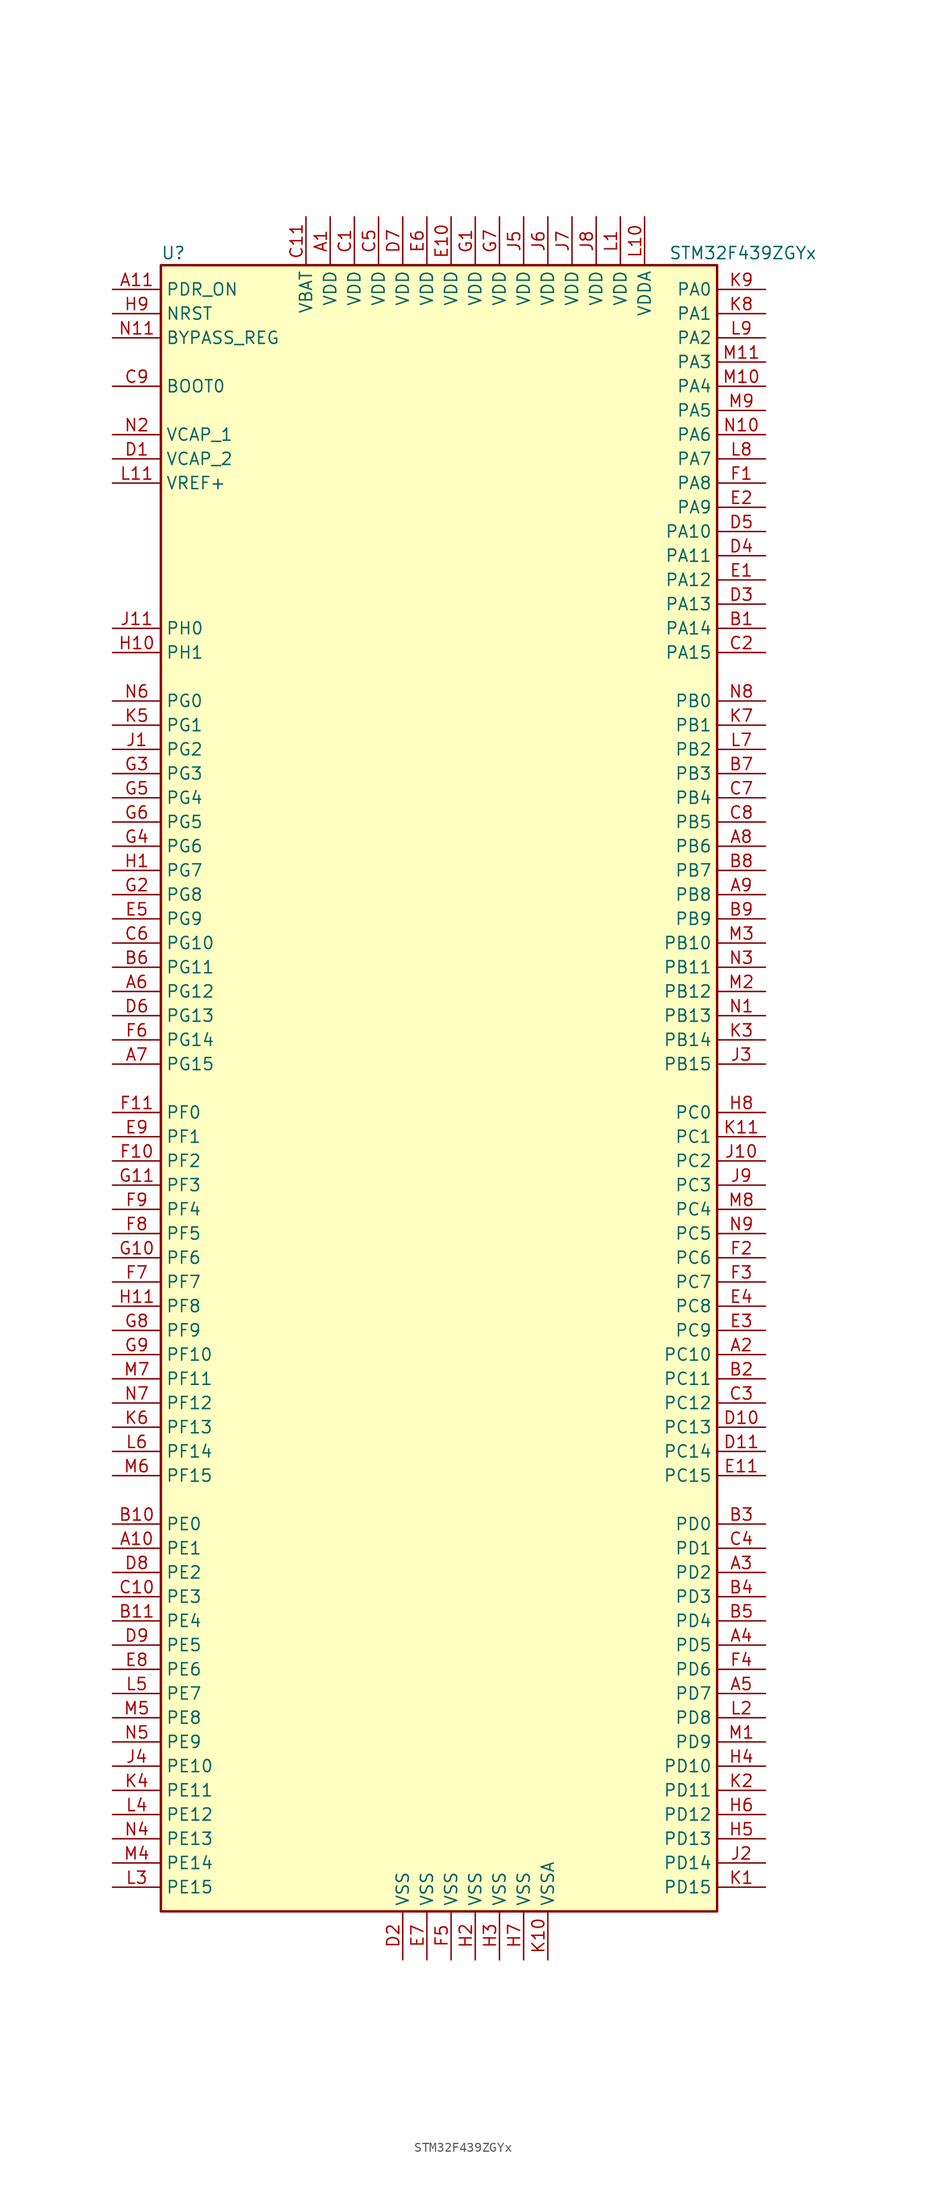
<source format=kicad_sym>
(kicad_symbol_lib
  (version 20201005)
  (generator kicad_symbol_editor)
  (symbol "STM32F439ZGYx"
    (property "Reference" "U"
      (at -30.48 87.63 0)
      (effects (font (size 1.27 1.27)) (justify left)))
    (property "Value" "STM32F439ZGYx"
      (at 22.86 87.63 0)
      (effects (font (size 1.27 1.27)) (justify left)))
    (symbol "STM32F439ZGYx_0_1"
      (rectangle (start -30.48 -86.36) (end 27.94 86.36) (stroke (width 0.254)) (fill (type background))))
    (symbol "STM32F439ZGYx_1_1"
      (pin input line (at -35.56 73.66 0) (length 5.08) (name "BOOT0" (effects (font (size 1.27 1.27)))) (number "C9" (effects (font (size 1.27 1.27)))))
      (pin input line (at -35.56 78.74 0) (length 5.08) (name "BYPASS_REG" (effects (font (size 1.27 1.27)))) (number "N11" (effects (font (size 1.27 1.27)))))
      (pin input line (at -35.56 81.28 0) (length 5.08) (name "NRST" (effects (font (size 1.27 1.27)))) (number "H9" (effects (font (size 1.27 1.27)))))
      (pin bidirectional line (at 33.02 83.82 180) (length 5.08) (name "PA0" (effects (font (size 1.27 1.27)))) (number "K9" (effects (font (size 1.27 1.27)))))
      (pin bidirectional line (at 33.02 81.28 180) (length 5.08) (name "PA1" (effects (font (size 1.27 1.27)))) (number "K8" (effects (font (size 1.27 1.27)))))
      (pin bidirectional line (at 33.02 58.42 180) (length 5.08) (name "PA10" (effects (font (size 1.27 1.27)))) (number "D5" (effects (font (size 1.27 1.27)))))
      (pin bidirectional line (at 33.02 55.88 180) (length 5.08) (name "PA11" (effects (font (size 1.27 1.27)))) (number "D4" (effects (font (size 1.27 1.27)))))
      (pin bidirectional line (at 33.02 53.34 180) (length 5.08) (name "PA12" (effects (font (size 1.27 1.27)))) (number "E1" (effects (font (size 1.27 1.27)))))
      (pin bidirectional line (at 33.02 50.8 180) (length 5.08) (name "PA13" (effects (font (size 1.27 1.27)))) (number "D3" (effects (font (size 1.27 1.27)))))
      (pin bidirectional line (at 33.02 48.26 180) (length 5.08) (name "PA14" (effects (font (size 1.27 1.27)))) (number "B1" (effects (font (size 1.27 1.27)))))
      (pin bidirectional line (at 33.02 45.72 180) (length 5.08) (name "PA15" (effects (font (size 1.27 1.27)))) (number "C2" (effects (font (size 1.27 1.27)))))
      (pin bidirectional line (at 33.02 78.74 180) (length 5.08) (name "PA2" (effects (font (size 1.27 1.27)))) (number "L9" (effects (font (size 1.27 1.27)))))
      (pin bidirectional line (at 33.02 76.2 180) (length 5.08) (name "PA3" (effects (font (size 1.27 1.27)))) (number "M11" (effects (font (size 1.27 1.27)))))
      (pin bidirectional line (at 33.02 73.66 180) (length 5.08) (name "PA4" (effects (font (size 1.27 1.27)))) (number "M10" (effects (font (size 1.27 1.27)))))
      (pin bidirectional line (at 33.02 71.12 180) (length 5.08) (name "PA5" (effects (font (size 1.27 1.27)))) (number "M9" (effects (font (size 1.27 1.27)))))
      (pin bidirectional line (at 33.02 68.58 180) (length 5.08) (name "PA6" (effects (font (size 1.27 1.27)))) (number "N10" (effects (font (size 1.27 1.27)))))
      (pin bidirectional line (at 33.02 66.04 180) (length 5.08) (name "PA7" (effects (font (size 1.27 1.27)))) (number "L8" (effects (font (size 1.27 1.27)))))
      (pin bidirectional line (at 33.02 63.5 180) (length 5.08) (name "PA8" (effects (font (size 1.27 1.27)))) (number "F1" (effects (font (size 1.27 1.27)))))
      (pin bidirectional line (at 33.02 60.96 180) (length 5.08) (name "PA9" (effects (font (size 1.27 1.27)))) (number "E2" (effects (font (size 1.27 1.27)))))
      (pin bidirectional line (at 33.02 40.64 180) (length 5.08) (name "PB0" (effects (font (size 1.27 1.27)))) (number "N8" (effects (font (size 1.27 1.27)))))
      (pin bidirectional line (at 33.02 38.1 180) (length 5.08) (name "PB1" (effects (font (size 1.27 1.27)))) (number "K7" (effects (font (size 1.27 1.27)))))
      (pin bidirectional line (at 33.02 15.24 180) (length 5.08) (name "PB10" (effects (font (size 1.27 1.27)))) (number "M3" (effects (font (size 1.27 1.27)))))
      (pin bidirectional line (at 33.02 12.7 180) (length 5.08) (name "PB11" (effects (font (size 1.27 1.27)))) (number "N3" (effects (font (size 1.27 1.27)))))
      (pin bidirectional line (at 33.02 10.16 180) (length 5.08) (name "PB12" (effects (font (size 1.27 1.27)))) (number "M2" (effects (font (size 1.27 1.27)))))
      (pin bidirectional line (at 33.02 7.62 180) (length 5.08) (name "PB13" (effects (font (size 1.27 1.27)))) (number "N1" (effects (font (size 1.27 1.27)))))
      (pin bidirectional line (at 33.02 5.08 180) (length 5.08) (name "PB14" (effects (font (size 1.27 1.27)))) (number "K3" (effects (font (size 1.27 1.27)))))
      (pin bidirectional line (at 33.02 2.54 180) (length 5.08) (name "PB15" (effects (font (size 1.27 1.27)))) (number "J3" (effects (font (size 1.27 1.27)))))
      (pin bidirectional line (at 33.02 35.56 180) (length 5.08) (name "PB2" (effects (font (size 1.27 1.27)))) (number "L7" (effects (font (size 1.27 1.27)))))
      (pin bidirectional line (at 33.02 33.02 180) (length 5.08) (name "PB3" (effects (font (size 1.27 1.27)))) (number "B7" (effects (font (size 1.27 1.27)))))
      (pin bidirectional line (at 33.02 30.48 180) (length 5.08) (name "PB4" (effects (font (size 1.27 1.27)))) (number "C7" (effects (font (size 1.27 1.27)))))
      (pin bidirectional line (at 33.02 27.94 180) (length 5.08) (name "PB5" (effects (font (size 1.27 1.27)))) (number "C8" (effects (font (size 1.27 1.27)))))
      (pin bidirectional line (at 33.02 25.4 180) (length 5.08) (name "PB6" (effects (font (size 1.27 1.27)))) (number "A8" (effects (font (size 1.27 1.27)))))
      (pin bidirectional line (at 33.02 22.86 180) (length 5.08) (name "PB7" (effects (font (size 1.27 1.27)))) (number "B8" (effects (font (size 1.27 1.27)))))
      (pin bidirectional line (at 33.02 20.32 180) (length 5.08) (name "PB8" (effects (font (size 1.27 1.27)))) (number "A9" (effects (font (size 1.27 1.27)))))
      (pin bidirectional line (at 33.02 17.78 180) (length 5.08) (name "PB9" (effects (font (size 1.27 1.27)))) (number "B9" (effects (font (size 1.27 1.27)))))
      (pin bidirectional line (at 33.02 -2.54 180) (length 5.08) (name "PC0" (effects (font (size 1.27 1.27)))) (number "H8" (effects (font (size 1.27 1.27)))))
      (pin bidirectional line (at 33.02 -5.08 180) (length 5.08) (name "PC1" (effects (font (size 1.27 1.27)))) (number "K11" (effects (font (size 1.27 1.27)))))
      (pin bidirectional line (at 33.02 -27.94 180) (length 5.08) (name "PC10" (effects (font (size 1.27 1.27)))) (number "A2" (effects (font (size 1.27 1.27)))))
      (pin bidirectional line (at 33.02 -30.48 180) (length 5.08) (name "PC11" (effects (font (size 1.27 1.27)))) (number "B2" (effects (font (size 1.27 1.27)))))
      (pin bidirectional line (at 33.02 -33.02 180) (length 5.08) (name "PC12" (effects (font (size 1.27 1.27)))) (number "C3" (effects (font (size 1.27 1.27)))))
      (pin bidirectional line (at 33.02 -35.56 180) (length 5.08) (name "PC13" (effects (font (size 1.27 1.27)))) (number "D10" (effects (font (size 1.27 1.27)))))
      (pin bidirectional line (at 33.02 -38.1 180) (length 5.08) (name "PC14" (effects (font (size 1.27 1.27)))) (number "D11" (effects (font (size 1.27 1.27)))))
      (pin bidirectional line (at 33.02 -40.64 180) (length 5.08) (name "PC15" (effects (font (size 1.27 1.27)))) (number "E11" (effects (font (size 1.27 1.27)))))
      (pin bidirectional line (at 33.02 -7.62 180) (length 5.08) (name "PC2" (effects (font (size 1.27 1.27)))) (number "J10" (effects (font (size 1.27 1.27)))))
      (pin bidirectional line (at 33.02 -10.16 180) (length 5.08) (name "PC3" (effects (font (size 1.27 1.27)))) (number "J9" (effects (font (size 1.27 1.27)))))
      (pin bidirectional line (at 33.02 -12.7 180) (length 5.08) (name "PC4" (effects (font (size 1.27 1.27)))) (number "M8" (effects (font (size 1.27 1.27)))))
      (pin bidirectional line (at 33.02 -15.24 180) (length 5.08) (name "PC5" (effects (font (size 1.27 1.27)))) (number "N9" (effects (font (size 1.27 1.27)))))
      (pin bidirectional line (at 33.02 -17.78 180) (length 5.08) (name "PC6" (effects (font (size 1.27 1.27)))) (number "F2" (effects (font (size 1.27 1.27)))))
      (pin bidirectional line (at 33.02 -20.32 180) (length 5.08) (name "PC7" (effects (font (size 1.27 1.27)))) (number "F3" (effects (font (size 1.27 1.27)))))
      (pin bidirectional line (at 33.02 -22.86 180) (length 5.08) (name "PC8" (effects (font (size 1.27 1.27)))) (number "E4" (effects (font (size 1.27 1.27)))))
      (pin bidirectional line (at 33.02 -25.4 180) (length 5.08) (name "PC9" (effects (font (size 1.27 1.27)))) (number "E3" (effects (font (size 1.27 1.27)))))
      (pin bidirectional line (at 33.02 -45.72 180) (length 5.08) (name "PD0" (effects (font (size 1.27 1.27)))) (number "B3" (effects (font (size 1.27 1.27)))))
      (pin bidirectional line (at 33.02 -48.26 180) (length 5.08) (name "PD1" (effects (font (size 1.27 1.27)))) (number "C4" (effects (font (size 1.27 1.27)))))
      (pin bidirectional line (at 33.02 -71.12 180) (length 5.08) (name "PD10" (effects (font (size 1.27 1.27)))) (number "H4" (effects (font (size 1.27 1.27)))))
      (pin bidirectional line (at 33.02 -73.66 180) (length 5.08) (name "PD11" (effects (font (size 1.27 1.27)))) (number "K2" (effects (font (size 1.27 1.27)))))
      (pin bidirectional line (at 33.02 -76.2 180) (length 5.08) (name "PD12" (effects (font (size 1.27 1.27)))) (number "H6" (effects (font (size 1.27 1.27)))))
      (pin bidirectional line (at 33.02 -78.74 180) (length 5.08) (name "PD13" (effects (font (size 1.27 1.27)))) (number "H5" (effects (font (size 1.27 1.27)))))
      (pin bidirectional line (at 33.02 -81.28 180) (length 5.08) (name "PD14" (effects (font (size 1.27 1.27)))) (number "J2" (effects (font (size 1.27 1.27)))))
      (pin bidirectional line (at 33.02 -83.82 180) (length 5.08) (name "PD15" (effects (font (size 1.27 1.27)))) (number "K1" (effects (font (size 1.27 1.27)))))
      (pin bidirectional line (at 33.02 -50.8 180) (length 5.08) (name "PD2" (effects (font (size 1.27 1.27)))) (number "A3" (effects (font (size 1.27 1.27)))))
      (pin bidirectional line (at 33.02 -53.34 180) (length 5.08) (name "PD3" (effects (font (size 1.27 1.27)))) (number "B4" (effects (font (size 1.27 1.27)))))
      (pin bidirectional line (at 33.02 -55.88 180) (length 5.08) (name "PD4" (effects (font (size 1.27 1.27)))) (number "B5" (effects (font (size 1.27 1.27)))))
      (pin bidirectional line (at 33.02 -58.42 180) (length 5.08) (name "PD5" (effects (font (size 1.27 1.27)))) (number "A4" (effects (font (size 1.27 1.27)))))
      (pin bidirectional line (at 33.02 -60.96 180) (length 5.08) (name "PD6" (effects (font (size 1.27 1.27)))) (number "F4" (effects (font (size 1.27 1.27)))))
      (pin bidirectional line (at 33.02 -63.5 180) (length 5.08) (name "PD7" (effects (font (size 1.27 1.27)))) (number "A5" (effects (font (size 1.27 1.27)))))
      (pin bidirectional line (at 33.02 -66.04 180) (length 5.08) (name "PD8" (effects (font (size 1.27 1.27)))) (number "L2" (effects (font (size 1.27 1.27)))))
      (pin bidirectional line (at 33.02 -68.58 180) (length 5.08) (name "PD9" (effects (font (size 1.27 1.27)))) (number "M1" (effects (font (size 1.27 1.27)))))
      (pin input line (at -35.56 83.82 0) (length 5.08) (name "PDR_ON" (effects (font (size 1.27 1.27)))) (number "A11" (effects (font (size 1.27 1.27)))))
      (pin bidirectional line (at -35.56 -45.72 0) (length 5.08) (name "PE0" (effects (font (size 1.27 1.27)))) (number "B10" (effects (font (size 1.27 1.27)))))
      (pin bidirectional line (at -35.56 -48.26 0) (length 5.08) (name "PE1" (effects (font (size 1.27 1.27)))) (number "A10" (effects (font (size 1.27 1.27)))))
      (pin bidirectional line (at -35.56 -71.12 0) (length 5.08) (name "PE10" (effects (font (size 1.27 1.27)))) (number "J4" (effects (font (size 1.27 1.27)))))
      (pin bidirectional line (at -35.56 -73.66 0) (length 5.08) (name "PE11" (effects (font (size 1.27 1.27)))) (number "K4" (effects (font (size 1.27 1.27)))))
      (pin bidirectional line (at -35.56 -76.2 0) (length 5.08) (name "PE12" (effects (font (size 1.27 1.27)))) (number "L4" (effects (font (size 1.27 1.27)))))
      (pin bidirectional line (at -35.56 -78.74 0) (length 5.08) (name "PE13" (effects (font (size 1.27 1.27)))) (number "N4" (effects (font (size 1.27 1.27)))))
      (pin bidirectional line (at -35.56 -81.28 0) (length 5.08) (name "PE14" (effects (font (size 1.27 1.27)))) (number "M4" (effects (font (size 1.27 1.27)))))
      (pin bidirectional line (at -35.56 -83.82 0) (length 5.08) (name "PE15" (effects (font (size 1.27 1.27)))) (number "L3" (effects (font (size 1.27 1.27)))))
      (pin bidirectional line (at -35.56 -50.8 0) (length 5.08) (name "PE2" (effects (font (size 1.27 1.27)))) (number "D8" (effects (font (size 1.27 1.27)))))
      (pin bidirectional line (at -35.56 -53.34 0) (length 5.08) (name "PE3" (effects (font (size 1.27 1.27)))) (number "C10" (effects (font (size 1.27 1.27)))))
      (pin bidirectional line (at -35.56 -55.88 0) (length 5.08) (name "PE4" (effects (font (size 1.27 1.27)))) (number "B11" (effects (font (size 1.27 1.27)))))
      (pin bidirectional line (at -35.56 -58.42 0) (length 5.08) (name "PE5" (effects (font (size 1.27 1.27)))) (number "D9" (effects (font (size 1.27 1.27)))))
      (pin bidirectional line (at -35.56 -60.96 0) (length 5.08) (name "PE6" (effects (font (size 1.27 1.27)))) (number "E8" (effects (font (size 1.27 1.27)))))
      (pin bidirectional line (at -35.56 -63.5 0) (length 5.08) (name "PE7" (effects (font (size 1.27 1.27)))) (number "L5" (effects (font (size 1.27 1.27)))))
      (pin bidirectional line (at -35.56 -66.04 0) (length 5.08) (name "PE8" (effects (font (size 1.27 1.27)))) (number "M5" (effects (font (size 1.27 1.27)))))
      (pin bidirectional line (at -35.56 -68.58 0) (length 5.08) (name "PE9" (effects (font (size 1.27 1.27)))) (number "N5" (effects (font (size 1.27 1.27)))))
      (pin bidirectional line (at -35.56 -2.54 0) (length 5.08) (name "PF0" (effects (font (size 1.27 1.27)))) (number "F11" (effects (font (size 1.27 1.27)))))
      (pin bidirectional line (at -35.56 -5.08 0) (length 5.08) (name "PF1" (effects (font (size 1.27 1.27)))) (number "E9" (effects (font (size 1.27 1.27)))))
      (pin bidirectional line (at -35.56 -27.94 0) (length 5.08) (name "PF10" (effects (font (size 1.27 1.27)))) (number "G9" (effects (font (size 1.27 1.27)))))
      (pin bidirectional line (at -35.56 -30.48 0) (length 5.08) (name "PF11" (effects (font (size 1.27 1.27)))) (number "M7" (effects (font (size 1.27 1.27)))))
      (pin bidirectional line (at -35.56 -33.02 0) (length 5.08) (name "PF12" (effects (font (size 1.27 1.27)))) (number "N7" (effects (font (size 1.27 1.27)))))
      (pin bidirectional line (at -35.56 -35.56 0) (length 5.08) (name "PF13" (effects (font (size 1.27 1.27)))) (number "K6" (effects (font (size 1.27 1.27)))))
      (pin bidirectional line (at -35.56 -38.1 0) (length 5.08) (name "PF14" (effects (font (size 1.27 1.27)))) (number "L6" (effects (font (size 1.27 1.27)))))
      (pin bidirectional line (at -35.56 -40.64 0) (length 5.08) (name "PF15" (effects (font (size 1.27 1.27)))) (number "M6" (effects (font (size 1.27 1.27)))))
      (pin bidirectional line (at -35.56 -7.62 0) (length 5.08) (name "PF2" (effects (font (size 1.27 1.27)))) (number "F10" (effects (font (size 1.27 1.27)))))
      (pin bidirectional line (at -35.56 -10.16 0) (length 5.08) (name "PF3" (effects (font (size 1.27 1.27)))) (number "G11" (effects (font (size 1.27 1.27)))))
      (pin bidirectional line (at -35.56 -12.7 0) (length 5.08) (name "PF4" (effects (font (size 1.27 1.27)))) (number "F9" (effects (font (size 1.27 1.27)))))
      (pin bidirectional line (at -35.56 -15.24 0) (length 5.08) (name "PF5" (effects (font (size 1.27 1.27)))) (number "F8" (effects (font (size 1.27 1.27)))))
      (pin bidirectional line (at -35.56 -17.78 0) (length 5.08) (name "PF6" (effects (font (size 1.27 1.27)))) (number "G10" (effects (font (size 1.27 1.27)))))
      (pin bidirectional line (at -35.56 -20.32 0) (length 5.08) (name "PF7" (effects (font (size 1.27 1.27)))) (number "F7" (effects (font (size 1.27 1.27)))))
      (pin bidirectional line (at -35.56 -22.86 0) (length 5.08) (name "PF8" (effects (font (size 1.27 1.27)))) (number "H11" (effects (font (size 1.27 1.27)))))
      (pin bidirectional line (at -35.56 -25.4 0) (length 5.08) (name "PF9" (effects (font (size 1.27 1.27)))) (number "G8" (effects (font (size 1.27 1.27)))))
      (pin bidirectional line (at -35.56 40.64 0) (length 5.08) (name "PG0" (effects (font (size 1.27 1.27)))) (number "N6" (effects (font (size 1.27 1.27)))))
      (pin bidirectional line (at -35.56 38.1 0) (length 5.08) (name "PG1" (effects (font (size 1.27 1.27)))) (number "K5" (effects (font (size 1.27 1.27)))))
      (pin bidirectional line (at -35.56 15.24 0) (length 5.08) (name "PG10" (effects (font (size 1.27 1.27)))) (number "C6" (effects (font (size 1.27 1.27)))))
      (pin bidirectional line (at -35.56 12.7 0) (length 5.08) (name "PG11" (effects (font (size 1.27 1.27)))) (number "B6" (effects (font (size 1.27 1.27)))))
      (pin bidirectional line (at -35.56 10.16 0) (length 5.08) (name "PG12" (effects (font (size 1.27 1.27)))) (number "A6" (effects (font (size 1.27 1.27)))))
      (pin bidirectional line (at -35.56 7.62 0) (length 5.08) (name "PG13" (effects (font (size 1.27 1.27)))) (number "D6" (effects (font (size 1.27 1.27)))))
      (pin bidirectional line (at -35.56 5.08 0) (length 5.08) (name "PG14" (effects (font (size 1.27 1.27)))) (number "F6" (effects (font (size 1.27 1.27)))))
      (pin bidirectional line (at -35.56 2.54 0) (length 5.08) (name "PG15" (effects (font (size 1.27 1.27)))) (number "A7" (effects (font (size 1.27 1.27)))))
      (pin bidirectional line (at -35.56 35.56 0) (length 5.08) (name "PG2" (effects (font (size 1.27 1.27)))) (number "J1" (effects (font (size 1.27 1.27)))))
      (pin bidirectional line (at -35.56 33.02 0) (length 5.08) (name "PG3" (effects (font (size 1.27 1.27)))) (number "G3" (effects (font (size 1.27 1.27)))))
      (pin bidirectional line (at -35.56 30.48 0) (length 5.08) (name "PG4" (effects (font (size 1.27 1.27)))) (number "G5" (effects (font (size 1.27 1.27)))))
      (pin bidirectional line (at -35.56 27.94 0) (length 5.08) (name "PG5" (effects (font (size 1.27 1.27)))) (number "G6" (effects (font (size 1.27 1.27)))))
      (pin bidirectional line (at -35.56 25.4 0) (length 5.08) (name "PG6" (effects (font (size 1.27 1.27)))) (number "G4" (effects (font (size 1.27 1.27)))))
      (pin bidirectional line (at -35.56 22.86 0) (length 5.08) (name "PG7" (effects (font (size 1.27 1.27)))) (number "H1" (effects (font (size 1.27 1.27)))))
      (pin bidirectional line (at -35.56 20.32 0) (length 5.08) (name "PG8" (effects (font (size 1.27 1.27)))) (number "G2" (effects (font (size 1.27 1.27)))))
      (pin bidirectional line (at -35.56 17.78 0) (length 5.08) (name "PG9" (effects (font (size 1.27 1.27)))) (number "E5" (effects (font (size 1.27 1.27)))))
      (pin input line (at -35.56 48.26 0) (length 5.08) (name "PH0" (effects (font (size 1.27 1.27)))) (number "J11" (effects (font (size 1.27 1.27)))))
      (pin input line (at -35.56 45.72 0) (length 5.08) (name "PH1" (effects (font (size 1.27 1.27)))) (number "H10" (effects (font (size 1.27 1.27)))))
      (pin power_in line (at -15.24 91.44 270) (length 5.08) (name "VBAT" (effects (font (size 1.27 1.27)))) (number "C11" (effects (font (size 1.27 1.27)))))
      (pin power_in line (at -35.56 68.58 0) (length 5.08) (name "VCAP_1" (effects (font (size 1.27 1.27)))) (number "N2" (effects (font (size 1.27 1.27)))))
      (pin power_in line (at -35.56 66.04 0) (length 5.08) (name "VCAP_2" (effects (font (size 1.27 1.27)))) (number "D1" (effects (font (size 1.27 1.27)))))
      (pin power_in line (at -12.7 91.44 270) (length 5.08) (name "VDD" (effects (font (size 1.27 1.27)))) (number "A1" (effects (font (size 1.27 1.27)))))
      (pin power_in line (at -10.16 91.44 270) (length 5.08) (name "VDD" (effects (font (size 1.27 1.27)))) (number "C1" (effects (font (size 1.27 1.27)))))
      (pin power_in line (at -7.62 91.44 270) (length 5.08) (name "VDD" (effects (font (size 1.27 1.27)))) (number "C5" (effects (font (size 1.27 1.27)))))
      (pin power_in line (at -5.08 91.44 270) (length 5.08) (name "VDD" (effects (font (size 1.27 1.27)))) (number "D7" (effects (font (size 1.27 1.27)))))
      (pin power_in line (at 0 91.44 270) (length 5.08) (name "VDD" (effects (font (size 1.27 1.27)))) (number "E10" (effects (font (size 1.27 1.27)))))
      (pin power_in line (at -2.54 91.44 270) (length 5.08) (name "VDD" (effects (font (size 1.27 1.27)))) (number "E6" (effects (font (size 1.27 1.27)))))
      (pin power_in line (at 2.54 91.44 270) (length 5.08) (name "VDD" (effects (font (size 1.27 1.27)))) (number "G1" (effects (font (size 1.27 1.27)))))
      (pin power_in line (at 5.08 91.44 270) (length 5.08) (name "VDD" (effects (font (size 1.27 1.27)))) (number "G7" (effects (font (size 1.27 1.27)))))
      (pin power_in line (at 7.62 91.44 270) (length 5.08) (name "VDD" (effects (font (size 1.27 1.27)))) (number "J5" (effects (font (size 1.27 1.27)))))
      (pin power_in line (at 10.16 91.44 270) (length 5.08) (name "VDD" (effects (font (size 1.27 1.27)))) (number "J6" (effects (font (size 1.27 1.27)))))
      (pin power_in line (at 12.7 91.44 270) (length 5.08) (name "VDD" (effects (font (size 1.27 1.27)))) (number "J7" (effects (font (size 1.27 1.27)))))
      (pin power_in line (at 15.24 91.44 270) (length 5.08) (name "VDD" (effects (font (size 1.27 1.27)))) (number "J8" (effects (font (size 1.27 1.27)))))
      (pin power_in line (at 17.78 91.44 270) (length 5.08) (name "VDD" (effects (font (size 1.27 1.27)))) (number "L1" (effects (font (size 1.27 1.27)))))
      (pin power_in line (at 20.32 91.44 270) (length 5.08) (name "VDDA" (effects (font (size 1.27 1.27)))) (number "L10" (effects (font (size 1.27 1.27)))))
      (pin power_in line (at -35.56 63.5 0) (length 5.08) (name "VREF+" (effects (font (size 1.27 1.27)))) (number "L11" (effects (font (size 1.27 1.27)))))
      (pin power_in line (at -5.08 -91.44 90) (length 5.08) (name "VSS" (effects (font (size 1.27 1.27)))) (number "D2" (effects (font (size 1.27 1.27)))))
      (pin power_in line (at -2.54 -91.44 90) (length 5.08) (name "VSS" (effects (font (size 1.27 1.27)))) (number "E7" (effects (font (size 1.27 1.27)))))
      (pin power_in line (at 0 -91.44 90) (length 5.08) (name "VSS" (effects (font (size 1.27 1.27)))) (number "F5" (effects (font (size 1.27 1.27)))))
      (pin power_in line (at 2.54 -91.44 90) (length 5.08) (name "VSS" (effects (font (size 1.27 1.27)))) (number "H2" (effects (font (size 1.27 1.27)))))
      (pin power_in line (at 5.08 -91.44 90) (length 5.08) (name "VSS" (effects (font (size 1.27 1.27)))) (number "H3" (effects (font (size 1.27 1.27)))))
      (pin power_in line (at 7.62 -91.44 90) (length 5.08) (name "VSS" (effects (font (size 1.27 1.27)))) (number "H7" (effects (font (size 1.27 1.27)))))
      (pin power_in line (at 10.16 -91.44 90) (length 5.08) (name "VSSA" (effects (font (size 1.27 1.27)))) (number "K10" (effects (font (size 1.27 1.27))))))))
</source>
